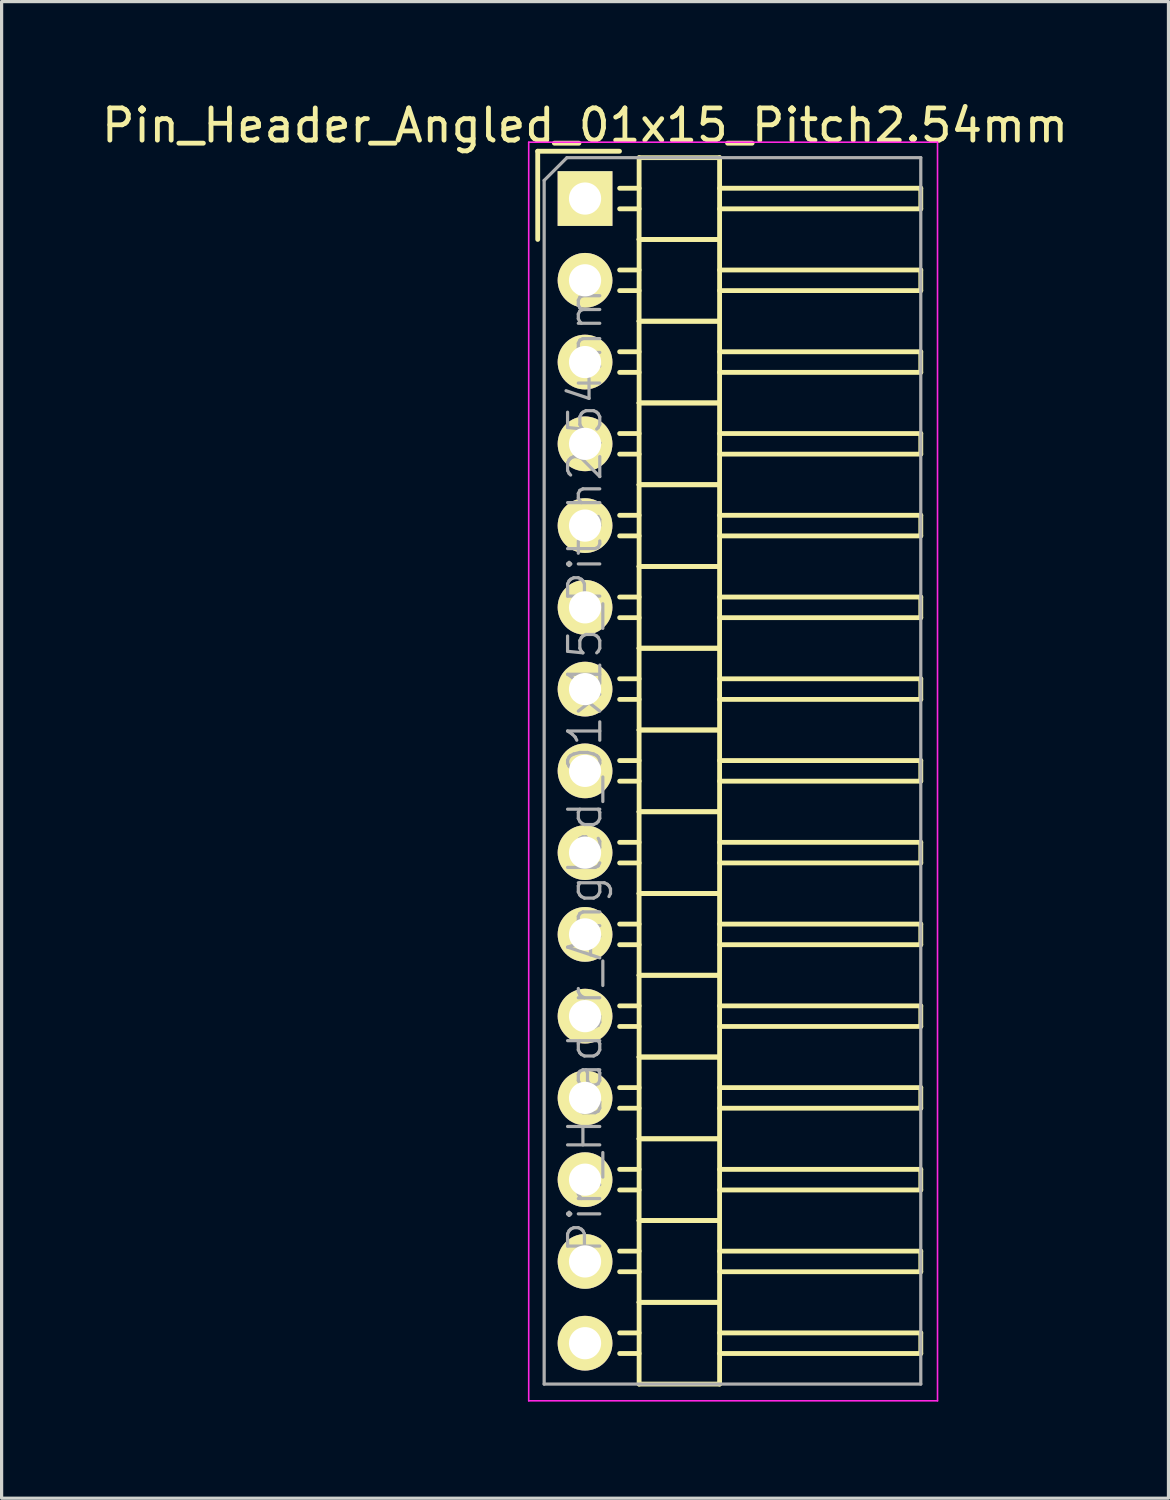
<source format=kicad_pcb>
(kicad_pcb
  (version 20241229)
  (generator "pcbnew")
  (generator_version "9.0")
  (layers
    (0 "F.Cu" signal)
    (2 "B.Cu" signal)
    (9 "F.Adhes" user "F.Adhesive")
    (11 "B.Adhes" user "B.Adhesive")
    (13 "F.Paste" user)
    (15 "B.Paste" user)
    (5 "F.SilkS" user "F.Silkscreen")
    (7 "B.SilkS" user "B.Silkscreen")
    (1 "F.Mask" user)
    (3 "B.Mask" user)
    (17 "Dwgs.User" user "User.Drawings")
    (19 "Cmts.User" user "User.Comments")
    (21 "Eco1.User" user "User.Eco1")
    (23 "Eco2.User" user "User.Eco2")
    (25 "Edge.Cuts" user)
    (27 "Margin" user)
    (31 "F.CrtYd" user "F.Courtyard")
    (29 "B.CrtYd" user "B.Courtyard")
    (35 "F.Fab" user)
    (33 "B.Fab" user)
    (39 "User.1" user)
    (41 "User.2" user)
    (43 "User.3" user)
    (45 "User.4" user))
  (footprint "Pin_Header_Angled_01x15_Pitch2.54mm"
    (layer "F.Cu")
    (at 15.125 3.118)
    (property "Reference" "Pin_Header_Angled_01x15_Pitch2.54mm" (at 0 -2.27 0) (layer "F.SilkS") (effects (font (size 1 1) (thickness 0.15))))
    (attr smd)
    (fp_line (start -1.47 -1.47) (end -1.47 1.27) (stroke (width 0.15) (type solid)) (layer "F.SilkS"))
    (fp_line (start -1.47 -1.47) (end 1.07 -1.47) (stroke (width 0.15) (type solid)) (layer "F.SilkS"))
    (fp_line (start 1.68 -0.32) (end 1.075 -0.32) (stroke (width 0.15) (type solid)) (layer "F.SilkS"))
    (fp_line (start 1.68 0.32) (end 1.075 0.32) (stroke (width 0.15) (type solid)) (layer "F.SilkS"))
    (fp_line (start 1.68 1.27) (end 1.68 -1.27) (stroke (width 0.15) (type solid)) (layer "F.SilkS"))
    (fp_line (start 1.68 2.22) (end 1.075 2.22) (stroke (width 0.15) (type solid)) (layer "F.SilkS"))
    (fp_line (start 1.68 2.86) (end 1.075 2.86) (stroke (width 0.15) (type solid)) (layer "F.SilkS"))
    (fp_line (start 1.68 3.81) (end 1.68 1.27) (stroke (width 0.15) (type solid)) (layer "F.SilkS"))
    (fp_line (start 1.68 4.76) (end 1.075 4.76) (stroke (width 0.15) (type solid)) (layer "F.SilkS"))
    (fp_line (start 1.68 5.4) (end 1.075 5.4) (stroke (width 0.15) (type solid)) (layer "F.SilkS"))
    (fp_line (start 1.68 6.35) (end 1.68 3.81) (stroke (width 0.15) (type solid)) (layer "F.SilkS"))
    (fp_line (start 1.68 7.3) (end 1.075 7.3) (stroke (width 0.15) (type solid)) (layer "F.SilkS"))
    (fp_line (start 1.68 7.94) (end 1.075 7.94) (stroke (width 0.15) (type solid)) (layer "F.SilkS"))
    (fp_line (start 1.68 8.89) (end 1.68 6.35) (stroke (width 0.15) (type solid)) (layer "F.SilkS"))
    (fp_line (start 1.68 9.84) (end 1.075 9.84) (stroke (width 0.15) (type solid)) (layer "F.SilkS"))
    (fp_line (start 1.68 10.48) (end 1.075 10.48) (stroke (width 0.15) (type solid)) (layer "F.SilkS"))
    (fp_line (start 1.68 11.43) (end 1.68 8.89) (stroke (width 0.15) (type solid)) (layer "F.SilkS"))
    (fp_line (start 1.68 12.38) (end 1.075 12.38) (stroke (width 0.15) (type solid)) (layer "F.SilkS"))
    (fp_line (start 1.68 13.02) (end 1.075 13.02) (stroke (width 0.15) (type solid)) (layer "F.SilkS"))
    (fp_line (start 1.68 13.97) (end 1.68 11.43) (stroke (width 0.15) (type solid)) (layer "F.SilkS"))
    (fp_line (start 1.68 14.92) (end 1.075 14.92) (stroke (width 0.15) (type solid)) (layer "F.SilkS"))
    (fp_line (start 1.68 15.56) (end 1.075 15.56) (stroke (width 0.15) (type solid)) (layer "F.SilkS"))
    (fp_line (start 1.68 16.51) (end 1.68 13.97) (stroke (width 0.15) (type solid)) (layer "F.SilkS"))
    (fp_line (start 1.68 17.46) (end 1.075 17.46) (stroke (width 0.15) (type solid)) (layer "F.SilkS"))
    (fp_line (start 1.68 18.1) (end 1.075 18.1) (stroke (width 0.15) (type solid)) (layer "F.SilkS"))
    (fp_line (start 1.68 19.05) (end 1.68 16.51) (stroke (width 0.15) (type solid)) (layer "F.SilkS"))
    (fp_line (start 1.68 20) (end 1.075 20) (stroke (width 0.15) (type solid)) (layer "F.SilkS"))
    (fp_line (start 1.68 20.64) (end 1.075 20.64) (stroke (width 0.15) (type solid)) (layer "F.SilkS"))
    (fp_line (start 1.68 21.59) (end 1.68 19.05) (stroke (width 0.15) (type solid)) (layer "F.SilkS"))
    (fp_line (start 1.68 22.54) (end 1.075 22.54) (stroke (width 0.15) (type solid)) (layer "F.SilkS"))
    (fp_line (start 1.68 23.18) (end 1.075 23.18) (stroke (width 0.15) (type solid)) (layer "F.SilkS"))
    (fp_line (start 1.68 24.13) (end 1.68 21.59) (stroke (width 0.15) (type solid)) (layer "F.SilkS"))
    (fp_line (start 1.68 25.08) (end 1.075 25.08) (stroke (width 0.15) (type solid)) (layer "F.SilkS"))
    (fp_line (start 1.68 25.72) (end 1.075 25.72) (stroke (width 0.15) (type solid)) (layer "F.SilkS"))
    (fp_line (start 1.68 26.67) (end 1.68 24.13) (stroke (width 0.15) (type solid)) (layer "F.SilkS"))
    (fp_line (start 1.68 27.62) (end 1.075 27.62) (stroke (width 0.15) (type solid)) (layer "F.SilkS"))
    (fp_line (start 1.68 28.26) (end 1.075 28.26) (stroke (width 0.15) (type solid)) (layer "F.SilkS"))
    (fp_line (start 1.68 29.21) (end 1.68 26.67) (stroke (width 0.15) (type solid)) (layer "F.SilkS"))
    (fp_line (start 1.68 30.16) (end 1.075 30.16) (stroke (width 0.15) (type solid)) (layer "F.SilkS"))
    (fp_line (start 1.68 30.8) (end 1.075 30.8) (stroke (width 0.15) (type solid)) (layer "F.SilkS"))
    (fp_line (start 1.68 31.75) (end 1.68 29.21) (stroke (width 0.15) (type solid)) (layer "F.SilkS"))
    (fp_line (start 1.68 32.7) (end 1.075 32.7) (stroke (width 0.15) (type solid)) (layer "F.SilkS"))
    (fp_line (start 1.68 33.34) (end 1.075 33.34) (stroke (width 0.15) (type solid)) (layer "F.SilkS"))
    (fp_line (start 1.68 34.29) (end 1.68 31.75) (stroke (width 0.15) (type solid)) (layer "F.SilkS"))
    (fp_line (start 1.68 35.24) (end 1.075 35.24) (stroke (width 0.15) (type solid)) (layer "F.SilkS"))
    (fp_line (start 1.68 35.88) (end 1.075 35.88) (stroke (width 0.15) (type solid)) (layer "F.SilkS"))
    (fp_line (start 1.68 36.83) (end 1.68 34.29) (stroke (width 0.15) (type solid)) (layer "F.SilkS"))
    (fp_line (start 4.18 -1.27) (end 1.68 -1.27) (stroke (width 0.15) (type solid)) (layer "F.SilkS"))
    (fp_line (start 4.18 -0.32) (end 10.43 -0.32) (stroke (width 0.15) (type solid)) (layer "F.SilkS"))
    (fp_line (start 4.18 0.32) (end 10.43 0.32) (stroke (width 0.15) (type solid)) (layer "F.SilkS"))
    (fp_line (start 4.18 1.27) (end 1.68 1.27) (stroke (width 0.15) (type solid)) (layer "F.SilkS"))
    (fp_line (start 4.18 1.27) (end 1.68 1.27) (stroke (width 0.15) (type solid)) (layer "F.SilkS"))
    (fp_line (start 4.18 1.27) (end 4.18 -1.27) (stroke (width 0.15) (type solid)) (layer "F.SilkS"))
    (fp_line (start 4.18 2.22) (end 10.43 2.22) (stroke (width 0.15) (type solid)) (layer "F.SilkS"))
    (fp_line (start 4.18 2.86) (end 10.43 2.86) (stroke (width 0.15) (type solid)) (layer "F.SilkS"))
    (fp_line (start 4.18 3.81) (end 1.68 3.81) (stroke (width 0.15) (type solid)) (layer "F.SilkS"))
    (fp_line (start 4.18 3.81) (end 1.68 3.81) (stroke (width 0.15) (type solid)) (layer "F.SilkS"))
    (fp_line (start 4.18 3.81) (end 4.18 1.27) (stroke (width 0.15) (type solid)) (layer "F.SilkS"))
    (fp_line (start 4.18 4.76) (end 10.43 4.76) (stroke (width 0.15) (type solid)) (layer "F.SilkS"))
    (fp_line (start 4.18 5.4) (end 10.43 5.4) (stroke (width 0.15) (type solid)) (layer "F.SilkS"))
    (fp_line (start 4.18 6.35) (end 1.68 6.35) (stroke (width 0.15) (type solid)) (layer "F.SilkS"))
    (fp_line (start 4.18 6.35) (end 1.68 6.35) (stroke (width 0.15) (type solid)) (layer "F.SilkS"))
    (fp_line (start 4.18 6.35) (end 4.18 3.81) (stroke (width 0.15) (type solid)) (layer "F.SilkS"))
    (fp_line (start 4.18 7.3) (end 10.43 7.3) (stroke (width 0.15) (type solid)) (layer "F.SilkS"))
    (fp_line (start 4.18 7.94) (end 10.43 7.94) (stroke (width 0.15) (type solid)) (layer "F.SilkS"))
    (fp_line (start 4.18 8.89) (end 1.68 8.89) (stroke (width 0.15) (type solid)) (layer "F.SilkS"))
    (fp_line (start 4.18 8.89) (end 1.68 8.89) (stroke (width 0.15) (type solid)) (layer "F.SilkS"))
    (fp_line (start 4.18 8.89) (end 4.18 6.35) (stroke (width 0.15) (type solid)) (layer "F.SilkS"))
    (fp_line (start 4.18 9.84) (end 10.43 9.84) (stroke (width 0.15) (type solid)) (layer "F.SilkS"))
    (fp_line (start 4.18 10.48) (end 10.43 10.48) (stroke (width 0.15) (type solid)) (layer "F.SilkS"))
    (fp_line (start 4.18 11.43) (end 1.68 11.43) (stroke (width 0.15) (type solid)) (layer "F.SilkS"))
    (fp_line (start 4.18 11.43) (end 1.68 11.43) (stroke (width 0.15) (type solid)) (layer "F.SilkS"))
    (fp_line (start 4.18 11.43) (end 4.18 8.89) (stroke (width 0.15) (type solid)) (layer "F.SilkS"))
    (fp_line (start 4.18 12.38) (end 10.43 12.38) (stroke (width 0.15) (type solid)) (layer "F.SilkS"))
    (fp_line (start 4.18 13.02) (end 10.43 13.02) (stroke (width 0.15) (type solid)) (layer "F.SilkS"))
    (fp_line (start 4.18 13.97) (end 1.68 13.97) (stroke (width 0.15) (type solid)) (layer "F.SilkS"))
    (fp_line (start 4.18 13.97) (end 1.68 13.97) (stroke (width 0.15) (type solid)) (layer "F.SilkS"))
    (fp_line (start 4.18 13.97) (end 4.18 11.43) (stroke (width 0.15) (type solid)) (layer "F.SilkS"))
    (fp_line (start 4.18 14.92) (end 10.43 14.92) (stroke (width 0.15) (type solid)) (layer "F.SilkS"))
    (fp_line (start 4.18 15.56) (end 10.43 15.56) (stroke (width 0.15) (type solid)) (layer "F.SilkS"))
    (fp_line (start 4.18 16.51) (end 1.68 16.51) (stroke (width 0.15) (type solid)) (layer "F.SilkS"))
    (fp_line (start 4.18 16.51) (end 1.68 16.51) (stroke (width 0.15) (type solid)) (layer "F.SilkS"))
    (fp_line (start 4.18 16.51) (end 4.18 13.97) (stroke (width 0.15) (type solid)) (layer "F.SilkS"))
    (fp_line (start 4.18 17.46) (end 10.43 17.46) (stroke (width 0.15) (type solid)) (layer "F.SilkS"))
    (fp_line (start 4.18 18.1) (end 10.43 18.1) (stroke (width 0.15) (type solid)) (layer "F.SilkS"))
    (fp_line (start 4.18 19.05) (end 1.68 19.05) (stroke (width 0.15) (type solid)) (layer "F.SilkS"))
    (fp_line (start 4.18 19.05) (end 1.68 19.05) (stroke (width 0.15) (type solid)) (layer "F.SilkS"))
    (fp_line (start 4.18 19.05) (end 4.18 16.51) (stroke (width 0.15) (type solid)) (layer "F.SilkS"))
    (fp_line (start 4.18 20) (end 10.43 20) (stroke (width 0.15) (type solid)) (layer "F.SilkS"))
    (fp_line (start 4.18 20.64) (end 10.43 20.64) (stroke (width 0.15) (type solid)) (layer "F.SilkS"))
    (fp_line (start 4.18 21.59) (end 1.68 21.59) (stroke (width 0.15) (type solid)) (layer "F.SilkS"))
    (fp_line (start 4.18 21.59) (end 1.68 21.59) (stroke (width 0.15) (type solid)) (layer "F.SilkS"))
    (fp_line (start 4.18 21.59) (end 4.18 19.05) (stroke (width 0.15) (type solid)) (layer "F.SilkS"))
    (fp_line (start 4.18 22.54) (end 10.43 22.54) (stroke (width 0.15) (type solid)) (layer "F.SilkS"))
    (fp_line (start 4.18 23.18) (end 10.43 23.18) (stroke (width 0.15) (type solid)) (layer "F.SilkS"))
    (fp_line (start 4.18 24.13) (end 1.68 24.13) (stroke (width 0.15) (type solid)) (layer "F.SilkS"))
    (fp_line (start 4.18 24.13) (end 1.68 24.13) (stroke (width 0.15) (type solid)) (layer "F.SilkS"))
    (fp_line (start 4.18 24.13) (end 4.18 21.59) (stroke (width 0.15) (type solid)) (layer "F.SilkS"))
    (fp_line (start 4.18 25.08) (end 10.43 25.08) (stroke (width 0.15) (type solid)) (layer "F.SilkS"))
    (fp_line (start 4.18 25.72) (end 10.43 25.72) (stroke (width 0.15) (type solid)) (layer "F.SilkS"))
    (fp_line (start 4.18 26.67) (end 1.68 26.67) (stroke (width 0.15) (type solid)) (layer "F.SilkS"))
    (fp_line (start 4.18 26.67) (end 1.68 26.67) (stroke (width 0.15) (type solid)) (layer "F.SilkS"))
    (fp_line (start 4.18 26.67) (end 4.18 24.13) (stroke (width 0.15) (type solid)) (layer "F.SilkS"))
    (fp_line (start 4.18 27.62) (end 10.43 27.62) (stroke (width 0.15) (type solid)) (layer "F.SilkS"))
    (fp_line (start 4.18 28.26) (end 10.43 28.26) (stroke (width 0.15) (type solid)) (layer "F.SilkS"))
    (fp_line (start 4.18 29.21) (end 1.68 29.21) (stroke (width 0.15) (type solid)) (layer "F.SilkS"))
    (fp_line (start 4.18 29.21) (end 1.68 29.21) (stroke (width 0.15) (type solid)) (layer "F.SilkS"))
    (fp_line (start 4.18 29.21) (end 4.18 26.67) (stroke (width 0.15) (type solid)) (layer "F.SilkS"))
    (fp_line (start 4.18 30.16) (end 10.43 30.16) (stroke (width 0.15) (type solid)) (layer "F.SilkS"))
    (fp_line (start 4.18 30.8) (end 10.43 30.8) (stroke (width 0.15) (type solid)) (layer "F.SilkS"))
    (fp_line (start 4.18 31.75) (end 1.68 31.75) (stroke (width 0.15) (type solid)) (layer "F.SilkS"))
    (fp_line (start 4.18 31.75) (end 1.68 31.75) (stroke (width 0.15) (type solid)) (layer "F.SilkS"))
    (fp_line (start 4.18 31.75) (end 4.18 29.21) (stroke (width 0.15) (type solid)) (layer "F.SilkS"))
    (fp_line (start 4.18 32.7) (end 10.43 32.7) (stroke (width 0.15) (type solid)) (layer "F.SilkS"))
    (fp_line (start 4.18 33.34) (end 10.43 33.34) (stroke (width 0.15) (type solid)) (layer "F.SilkS"))
    (fp_line (start 4.18 34.29) (end 1.68 34.29) (stroke (width 0.15) (type solid)) (layer "F.SilkS"))
    (fp_line (start 4.18 34.29) (end 1.68 34.29) (stroke (width 0.15) (type solid)) (layer "F.SilkS"))
    (fp_line (start 4.18 34.29) (end 4.18 31.75) (stroke (width 0.15) (type solid)) (layer "F.SilkS"))
    (fp_line (start 4.18 35.24) (end 10.43 35.24) (stroke (width 0.15) (type solid)) (layer "F.SilkS"))
    (fp_line (start 4.18 35.88) (end 10.43 35.88) (stroke (width 0.15) (type solid)) (layer "F.SilkS"))
    (fp_line (start 4.18 36.83) (end 1.68 36.83) (stroke (width 0.15) (type solid)) (layer "F.SilkS"))
    (fp_line (start 4.18 36.83) (end 4.18 34.29) (stroke (width 0.15) (type solid)) (layer "F.SilkS"))
    (fp_line (start 10.43 0.32) (end 10.43 -0.32) (stroke (width 0.15) (type solid)) (layer "F.SilkS"))
    (fp_line (start 10.43 2.86) (end 10.43 2.22) (stroke (width 0.15) (type solid)) (layer "F.SilkS"))
    (fp_line (start 10.43 5.4) (end 10.43 4.76) (stroke (width 0.15) (type solid)) (layer "F.SilkS"))
    (fp_line (start 10.43 7.94) (end 10.43 7.3) (stroke (width 0.15) (type solid)) (layer "F.SilkS"))
    (fp_line (start 10.43 10.48) (end 10.43 9.84) (stroke (width 0.15) (type solid)) (layer "F.SilkS"))
    (fp_line (start 10.43 13.02) (end 10.43 12.38) (stroke (width 0.15) (type solid)) (layer "F.SilkS"))
    (fp_line (start 10.43 15.56) (end 10.43 14.92) (stroke (width 0.15) (type solid)) (layer "F.SilkS"))
    (fp_line (start 10.43 18.1) (end 10.43 17.46) (stroke (width 0.15) (type solid)) (layer "F.SilkS"))
    (fp_line (start 10.43 20.64) (end 10.43 20) (stroke (width 0.15) (type solid)) (layer "F.SilkS"))
    (fp_line (start 10.43 23.18) (end 10.43 22.54) (stroke (width 0.15) (type solid)) (layer "F.SilkS"))
    (fp_line (start 10.43 25.72) (end 10.43 25.08) (stroke (width 0.15) (type solid)) (layer "F.SilkS"))
    (fp_line (start 10.43 28.26) (end 10.43 27.62) (stroke (width 0.15) (type solid)) (layer "F.SilkS"))
    (fp_line (start 10.43 30.8) (end 10.43 30.16) (stroke (width 0.15) (type solid)) (layer "F.SilkS"))
    (fp_line (start 10.43 33.34) (end 10.43 32.7) (stroke (width 0.15) (type solid)) (layer "F.SilkS"))
    (fp_line (start 10.43 35.88) (end 10.43 35.24) (stroke (width 0.15) (type solid)) (layer "F.SilkS"))
    (fp_line (start -1.75 -1.75) (end -1.75 37.35) (stroke (width 0.05) (type solid)) (layer "F.CrtYd"))
    (fp_line (start 10.95 -1.75) (end -1.75 -1.75) (stroke (width 0.05) (type solid)) (layer "F.CrtYd"))
    (fp_line (start 10.95 -1.75) (end 10.95 37.35) (stroke (width 0.05) (type solid)) (layer "F.CrtYd"))
    (fp_line (start 10.95 37.35) (end -1.75 37.35) (stroke (width 0.05) (type solid)) (layer "F.CrtYd"))
    (fp_line (start -1.27 -0.563) (end -0.563 -1.27) (stroke (width 0.1) (type solid)) (layer "F.Fab"))
    (fp_line (start -1.27 36.83) (end -1.27 -0.563) (stroke (width 0.1) (type solid)) (layer "F.Fab"))
    (fp_line (start 10.43 -1.27) (end -0.563 -1.27) (stroke (width 0.1) (type solid)) (layer "F.Fab"))
    (fp_line (start 10.43 36.83) (end -1.27 36.83) (stroke (width 0.1) (type solid)) (layer "F.Fab"))
    (fp_line (start 10.43 36.83) (end 10.43 -1.27) (stroke (width 0.1) (type solid)) (layer "F.Fab"))
    (fp_text user "${REFERENCE}" (at 0 17.78 90) (layer "F.Fab") (effects (font (size 1 1) (thickness 0.1))))
    (pad "1" thru_hole rect (at 0 0) (size 1.7 1.7) (drill 1) (layers "*.Cu" "*.Mask" "F.SilkS"))
    (pad "2" thru_hole oval (at 0 2.54) (size 1.7 1.7) (drill 1) (layers "*.Cu" "*.Mask" "F.SilkS"))
    (pad "3" thru_hole oval (at 0 5.08) (size 1.7 1.7) (drill 1) (layers "*.Cu" "*.Mask" "F.SilkS"))
    (pad "4" thru_hole oval (at 0 7.62) (size 1.7 1.7) (drill 1) (layers "*.Cu" "*.Mask" "F.SilkS"))
    (pad "5" thru_hole oval (at 0 10.16) (size 1.7 1.7) (drill 1) (layers "*.Cu" "*.Mask" "F.SilkS"))
    (pad "6" thru_hole oval (at 0 12.7) (size 1.7 1.7) (drill 1) (layers "*.Cu" "*.Mask" "F.SilkS"))
    (pad "7" thru_hole oval (at 0 15.24) (size 1.7 1.7) (drill 1) (layers "*.Cu" "*.Mask" "F.SilkS"))
    (pad "8" thru_hole oval (at 0 17.78) (size 1.7 1.7) (drill 1) (layers "*.Cu" "*.Mask" "F.SilkS"))
    (pad "9" thru_hole oval (at 0 20.32) (size 1.7 1.7) (drill 1) (layers "*.Cu" "*.Mask" "F.SilkS"))
    (pad "10" thru_hole oval (at 0 22.86) (size 1.7 1.7) (drill 1) (layers "*.Cu" "*.Mask" "F.SilkS"))
    (pad "11" thru_hole oval (at 0 25.4) (size 1.7 1.7) (drill 1) (layers "*.Cu" "*.Mask" "F.SilkS"))
    (pad "12" thru_hole oval (at 0 27.94) (size 1.7 1.7) (drill 1) (layers "*.Cu" "*.Mask" "F.SilkS"))
    (pad "13" thru_hole oval (at 0 30.48) (size 1.7 1.7) (drill 1) (layers "*.Cu" "*.Mask" "F.SilkS"))
    (pad "14" thru_hole oval (at 0 33.02) (size 1.7 1.7) (drill 1) (layers "*.Cu" "*.Mask" "F.SilkS"))
    (pad "15" thru_hole oval (at 0 35.56) (size 1.7 1.7) (drill 1) (layers "*.Cu" "*.Mask" "F.SilkS")))
  (gr_rect
    (start -3 -3)
    (end 33.25 43.493)
    (stroke (width 0.1) (type default))
    (fill no)
    (layer "Edge.Cuts")))
</source>
